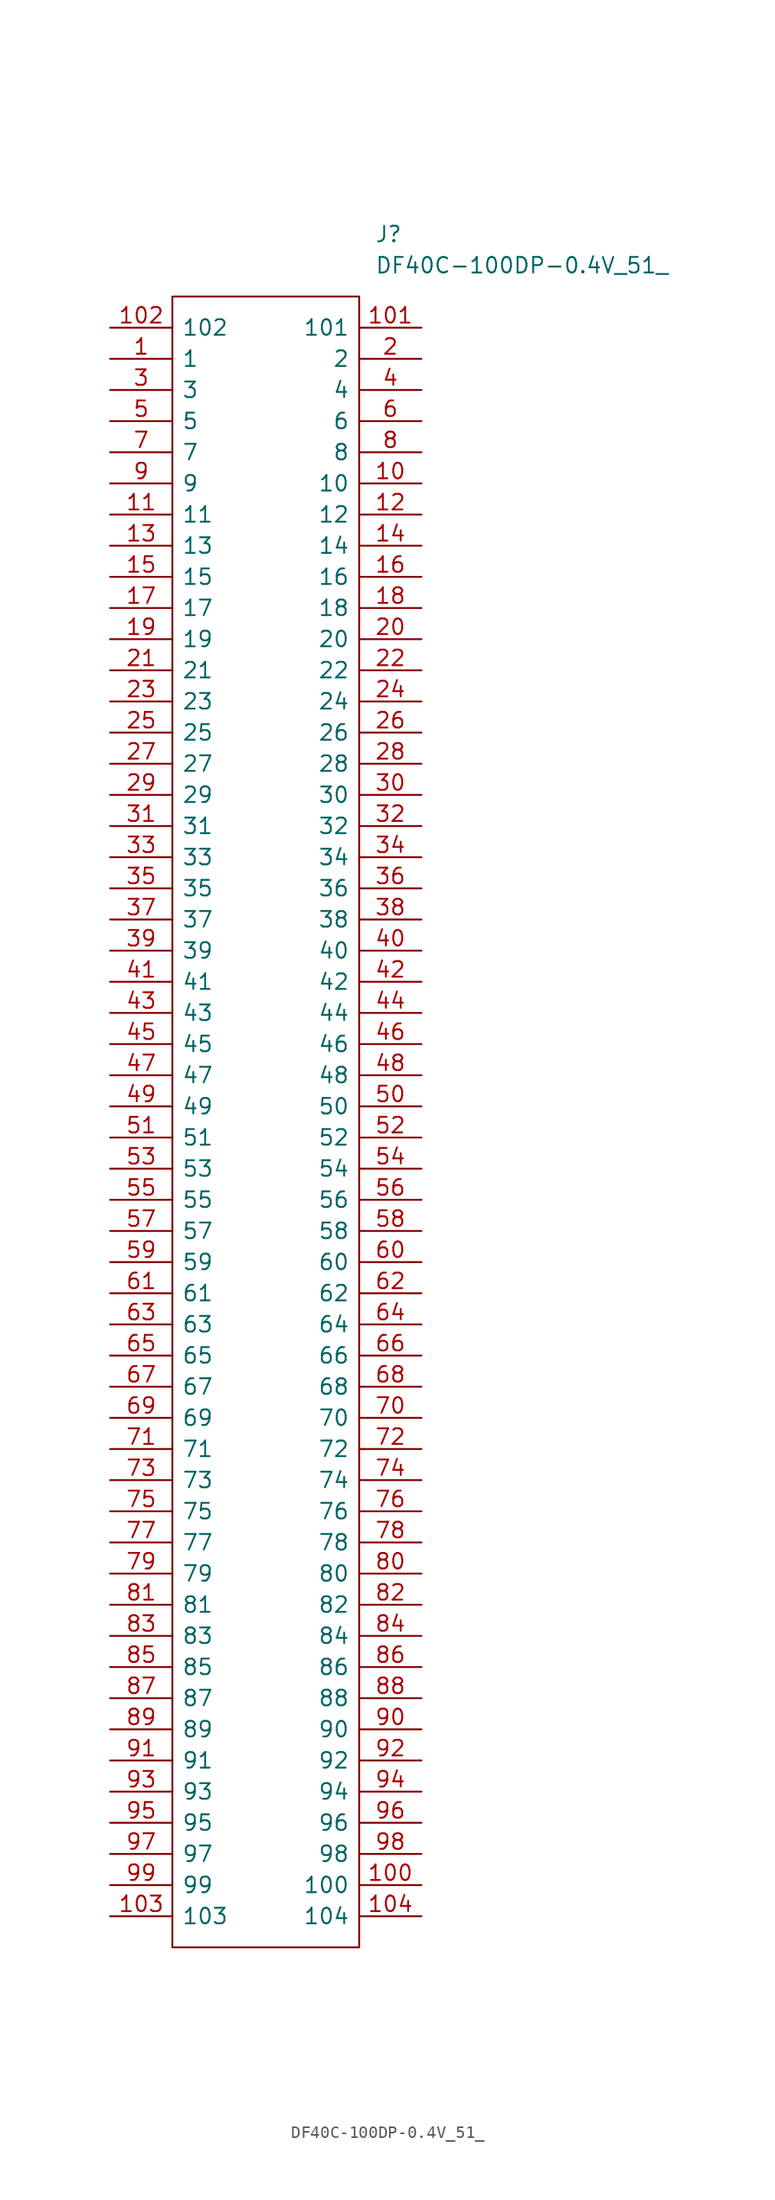
<source format=kicad_sym>
(kicad_symbol_lib
  (version 20211014)
  (generator kicad_symbol_editor)
  (symbol "DF40C-100DP-0.4V_51_"
    (pin_names
      (offset 0.762))
    (property "Reference" "J"
      (at 21.59 7.62 0)
      (effects (font (size 1.27 1.27)) (justify left)))
    (property "Value" "DF40C-100DP-0.4V_51_"
      (at 21.59 5.08 0)
      (effects (font (size 1.27 1.27)) (justify left)))
    (symbol "DF40C-100DP-0.4V_51__0_0"
      (pin passive line (at 0 -2.54 0) (length 5.08) (name "1" (effects (font (size 1.27 1.27)))) (number "1" (effects (font (size 1.27 1.27)))))
      (pin passive line (at 25.4 -12.7 180) (length 5.08) (name "10" (effects (font (size 1.27 1.27)))) (number "10" (effects (font (size 1.27 1.27)))))
      (pin passive line (at 25.4 -127 180) (length 5.08) (name "100" (effects (font (size 1.27 1.27)))) (number "100" (effects (font (size 1.27 1.27)))))
      (pin passive line (at 25.4 0 180) (length 5.08) (name "101" (effects (font (size 1.27 1.27)))) (number "101" (effects (font (size 1.27 1.27)))))
      (pin passive line (at 0 0 0) (length 5.08) (name "102" (effects (font (size 1.27 1.27)))) (number "102" (effects (font (size 1.27 1.27)))))
      (pin passive line (at 0 -129.54 0) (length 5.08) (name "103" (effects (font (size 1.27 1.27)))) (number "103" (effects (font (size 1.27 1.27)))))
      (pin passive line (at 25.4 -129.54 180) (length 5.08) (name "104" (effects (font (size 1.27 1.27)))) (number "104" (effects (font (size 1.27 1.27)))))
      (pin passive line (at 0 -15.24 0) (length 5.08) (name "11" (effects (font (size 1.27 1.27)))) (number "11" (effects (font (size 1.27 1.27)))))
      (pin passive line (at 25.4 -15.24 180) (length 5.08) (name "12" (effects (font (size 1.27 1.27)))) (number "12" (effects (font (size 1.27 1.27)))))
      (pin passive line (at 0 -17.78 0) (length 5.08) (name "13" (effects (font (size 1.27 1.27)))) (number "13" (effects (font (size 1.27 1.27)))))
      (pin passive line (at 25.4 -17.78 180) (length 5.08) (name "14" (effects (font (size 1.27 1.27)))) (number "14" (effects (font (size 1.27 1.27)))))
      (pin passive line (at 0 -20.32 0) (length 5.08) (name "15" (effects (font (size 1.27 1.27)))) (number "15" (effects (font (size 1.27 1.27)))))
      (pin passive line (at 25.4 -20.32 180) (length 5.08) (name "16" (effects (font (size 1.27 1.27)))) (number "16" (effects (font (size 1.27 1.27)))))
      (pin passive line (at 0 -22.86 0) (length 5.08) (name "17" (effects (font (size 1.27 1.27)))) (number "17" (effects (font (size 1.27 1.27)))))
      (pin passive line (at 25.4 -22.86 180) (length 5.08) (name "18" (effects (font (size 1.27 1.27)))) (number "18" (effects (font (size 1.27 1.27)))))
      (pin passive line (at 0 -25.4 0) (length 5.08) (name "19" (effects (font (size 1.27 1.27)))) (number "19" (effects (font (size 1.27 1.27)))))
      (pin passive line (at 25.4 -2.54 180) (length 5.08) (name "2" (effects (font (size 1.27 1.27)))) (number "2" (effects (font (size 1.27 1.27)))))
      (pin passive line (at 25.4 -25.4 180) (length 5.08) (name "20" (effects (font (size 1.27 1.27)))) (number "20" (effects (font (size 1.27 1.27)))))
      (pin passive line (at 0 -27.94 0) (length 5.08) (name "21" (effects (font (size 1.27 1.27)))) (number "21" (effects (font (size 1.27 1.27)))))
      (pin passive line (at 25.4 -27.94 180) (length 5.08) (name "22" (effects (font (size 1.27 1.27)))) (number "22" (effects (font (size 1.27 1.27)))))
      (pin passive line (at 0 -30.48 0) (length 5.08) (name "23" (effects (font (size 1.27 1.27)))) (number "23" (effects (font (size 1.27 1.27)))))
      (pin passive line (at 25.4 -30.48 180) (length 5.08) (name "24" (effects (font (size 1.27 1.27)))) (number "24" (effects (font (size 1.27 1.27)))))
      (pin passive line (at 0 -33.02 0) (length 5.08) (name "25" (effects (font (size 1.27 1.27)))) (number "25" (effects (font (size 1.27 1.27)))))
      (pin passive line (at 25.4 -33.02 180) (length 5.08) (name "26" (effects (font (size 1.27 1.27)))) (number "26" (effects (font (size 1.27 1.27)))))
      (pin passive line (at 0 -35.56 0) (length 5.08) (name "27" (effects (font (size 1.27 1.27)))) (number "27" (effects (font (size 1.27 1.27)))))
      (pin passive line (at 25.4 -35.56 180) (length 5.08) (name "28" (effects (font (size 1.27 1.27)))) (number "28" (effects (font (size 1.27 1.27)))))
      (pin passive line (at 0 -38.1 0) (length 5.08) (name "29" (effects (font (size 1.27 1.27)))) (number "29" (effects (font (size 1.27 1.27)))))
      (pin passive line (at 0 -5.08 0) (length 5.08) (name "3" (effects (font (size 1.27 1.27)))) (number "3" (effects (font (size 1.27 1.27)))))
      (pin passive line (at 25.4 -38.1 180) (length 5.08) (name "30" (effects (font (size 1.27 1.27)))) (number "30" (effects (font (size 1.27 1.27)))))
      (pin passive line (at 0 -40.64 0) (length 5.08) (name "31" (effects (font (size 1.27 1.27)))) (number "31" (effects (font (size 1.27 1.27)))))
      (pin passive line (at 25.4 -40.64 180) (length 5.08) (name "32" (effects (font (size 1.27 1.27)))) (number "32" (effects (font (size 1.27 1.27)))))
      (pin passive line (at 0 -43.18 0) (length 5.08) (name "33" (effects (font (size 1.27 1.27)))) (number "33" (effects (font (size 1.27 1.27)))))
      (pin passive line (at 25.4 -43.18 180) (length 5.08) (name "34" (effects (font (size 1.27 1.27)))) (number "34" (effects (font (size 1.27 1.27)))))
      (pin passive line (at 0 -45.72 0) (length 5.08) (name "35" (effects (font (size 1.27 1.27)))) (number "35" (effects (font (size 1.27 1.27)))))
      (pin passive line (at 25.4 -45.72 180) (length 5.08) (name "36" (effects (font (size 1.27 1.27)))) (number "36" (effects (font (size 1.27 1.27)))))
      (pin passive line (at 0 -48.26 0) (length 5.08) (name "37" (effects (font (size 1.27 1.27)))) (number "37" (effects (font (size 1.27 1.27)))))
      (pin passive line (at 25.4 -48.26 180) (length 5.08) (name "38" (effects (font (size 1.27 1.27)))) (number "38" (effects (font (size 1.27 1.27)))))
      (pin passive line (at 0 -50.8 0) (length 5.08) (name "39" (effects (font (size 1.27 1.27)))) (number "39" (effects (font (size 1.27 1.27)))))
      (pin passive line (at 25.4 -5.08 180) (length 5.08) (name "4" (effects (font (size 1.27 1.27)))) (number "4" (effects (font (size 1.27 1.27)))))
      (pin passive line (at 25.4 -50.8 180) (length 5.08) (name "40" (effects (font (size 1.27 1.27)))) (number "40" (effects (font (size 1.27 1.27)))))
      (pin passive line (at 0 -53.34 0) (length 5.08) (name "41" (effects (font (size 1.27 1.27)))) (number "41" (effects (font (size 1.27 1.27)))))
      (pin passive line (at 25.4 -53.34 180) (length 5.08) (name "42" (effects (font (size 1.27 1.27)))) (number "42" (effects (font (size 1.27 1.27)))))
      (pin passive line (at 0 -55.88 0) (length 5.08) (name "43" (effects (font (size 1.27 1.27)))) (number "43" (effects (font (size 1.27 1.27)))))
      (pin passive line (at 25.4 -55.88 180) (length 5.08) (name "44" (effects (font (size 1.27 1.27)))) (number "44" (effects (font (size 1.27 1.27)))))
      (pin passive line (at 0 -58.42 0) (length 5.08) (name "45" (effects (font (size 1.27 1.27)))) (number "45" (effects (font (size 1.27 1.27)))))
      (pin passive line (at 25.4 -58.42 180) (length 5.08) (name "46" (effects (font (size 1.27 1.27)))) (number "46" (effects (font (size 1.27 1.27)))))
      (pin passive line (at 0 -60.96 0) (length 5.08) (name "47" (effects (font (size 1.27 1.27)))) (number "47" (effects (font (size 1.27 1.27)))))
      (pin passive line (at 25.4 -60.96 180) (length 5.08) (name "48" (effects (font (size 1.27 1.27)))) (number "48" (effects (font (size 1.27 1.27)))))
      (pin passive line (at 0 -63.5 0) (length 5.08) (name "49" (effects (font (size 1.27 1.27)))) (number "49" (effects (font (size 1.27 1.27)))))
      (pin passive line (at 0 -7.62 0) (length 5.08) (name "5" (effects (font (size 1.27 1.27)))) (number "5" (effects (font (size 1.27 1.27)))))
      (pin passive line (at 25.4 -63.5 180) (length 5.08) (name "50" (effects (font (size 1.27 1.27)))) (number "50" (effects (font (size 1.27 1.27)))))
      (pin passive line (at 0 -66.04 0) (length 5.08) (name "51" (effects (font (size 1.27 1.27)))) (number "51" (effects (font (size 1.27 1.27)))))
      (pin passive line (at 25.4 -66.04 180) (length 5.08) (name "52" (effects (font (size 1.27 1.27)))) (number "52" (effects (font (size 1.27 1.27)))))
      (pin passive line (at 0 -68.58 0) (length 5.08) (name "53" (effects (font (size 1.27 1.27)))) (number "53" (effects (font (size 1.27 1.27)))))
      (pin passive line (at 25.4 -68.58 180) (length 5.08) (name "54" (effects (font (size 1.27 1.27)))) (number "54" (effects (font (size 1.27 1.27)))))
      (pin passive line (at 0 -71.12 0) (length 5.08) (name "55" (effects (font (size 1.27 1.27)))) (number "55" (effects (font (size 1.27 1.27)))))
      (pin passive line (at 25.4 -71.12 180) (length 5.08) (name "56" (effects (font (size 1.27 1.27)))) (number "56" (effects (font (size 1.27 1.27)))))
      (pin passive line (at 0 -73.66 0) (length 5.08) (name "57" (effects (font (size 1.27 1.27)))) (number "57" (effects (font (size 1.27 1.27)))))
      (pin passive line (at 25.4 -73.66 180) (length 5.08) (name "58" (effects (font (size 1.27 1.27)))) (number "58" (effects (font (size 1.27 1.27)))))
      (pin passive line (at 0 -76.2 0) (length 5.08) (name "59" (effects (font (size 1.27 1.27)))) (number "59" (effects (font (size 1.27 1.27)))))
      (pin passive line (at 25.4 -7.62 180) (length 5.08) (name "6" (effects (font (size 1.27 1.27)))) (number "6" (effects (font (size 1.27 1.27)))))
      (pin passive line (at 25.4 -76.2 180) (length 5.08) (name "60" (effects (font (size 1.27 1.27)))) (number "60" (effects (font (size 1.27 1.27)))))
      (pin passive line (at 0 -78.74 0) (length 5.08) (name "61" (effects (font (size 1.27 1.27)))) (number "61" (effects (font (size 1.27 1.27)))))
      (pin passive line (at 25.4 -78.74 180) (length 5.08) (name "62" (effects (font (size 1.27 1.27)))) (number "62" (effects (font (size 1.27 1.27)))))
      (pin passive line (at 0 -81.28 0) (length 5.08) (name "63" (effects (font (size 1.27 1.27)))) (number "63" (effects (font (size 1.27 1.27)))))
      (pin passive line (at 25.4 -81.28 180) (length 5.08) (name "64" (effects (font (size 1.27 1.27)))) (number "64" (effects (font (size 1.27 1.27)))))
      (pin passive line (at 0 -83.82 0) (length 5.08) (name "65" (effects (font (size 1.27 1.27)))) (number "65" (effects (font (size 1.27 1.27)))))
      (pin passive line (at 25.4 -83.82 180) (length 5.08) (name "66" (effects (font (size 1.27 1.27)))) (number "66" (effects (font (size 1.27 1.27)))))
      (pin passive line (at 0 -86.36 0) (length 5.08) (name "67" (effects (font (size 1.27 1.27)))) (number "67" (effects (font (size 1.27 1.27)))))
      (pin passive line (at 25.4 -86.36 180) (length 5.08) (name "68" (effects (font (size 1.27 1.27)))) (number "68" (effects (font (size 1.27 1.27)))))
      (pin passive line (at 0 -88.9 0) (length 5.08) (name "69" (effects (font (size 1.27 1.27)))) (number "69" (effects (font (size 1.27 1.27)))))
      (pin passive line (at 0 -10.16 0) (length 5.08) (name "7" (effects (font (size 1.27 1.27)))) (number "7" (effects (font (size 1.27 1.27)))))
      (pin passive line (at 25.4 -88.9 180) (length 5.08) (name "70" (effects (font (size 1.27 1.27)))) (number "70" (effects (font (size 1.27 1.27)))))
      (pin passive line (at 0 -91.44 0) (length 5.08) (name "71" (effects (font (size 1.27 1.27)))) (number "71" (effects (font (size 1.27 1.27)))))
      (pin passive line (at 25.4 -91.44 180) (length 5.08) (name "72" (effects (font (size 1.27 1.27)))) (number "72" (effects (font (size 1.27 1.27)))))
      (pin passive line (at 0 -93.98 0) (length 5.08) (name "73" (effects (font (size 1.27 1.27)))) (number "73" (effects (font (size 1.27 1.27)))))
      (pin passive line (at 25.4 -93.98 180) (length 5.08) (name "74" (effects (font (size 1.27 1.27)))) (number "74" (effects (font (size 1.27 1.27)))))
      (pin passive line (at 0 -96.52 0) (length 5.08) (name "75" (effects (font (size 1.27 1.27)))) (number "75" (effects (font (size 1.27 1.27)))))
      (pin passive line (at 25.4 -96.52 180) (length 5.08) (name "76" (effects (font (size 1.27 1.27)))) (number "76" (effects (font (size 1.27 1.27)))))
      (pin passive line (at 0 -99.06 0) (length 5.08) (name "77" (effects (font (size 1.27 1.27)))) (number "77" (effects (font (size 1.27 1.27)))))
      (pin passive line (at 25.4 -99.06 180) (length 5.08) (name "78" (effects (font (size 1.27 1.27)))) (number "78" (effects (font (size 1.27 1.27)))))
      (pin passive line (at 0 -101.6 0) (length 5.08) (name "79" (effects (font (size 1.27 1.27)))) (number "79" (effects (font (size 1.27 1.27)))))
      (pin passive line (at 25.4 -10.16 180) (length 5.08) (name "8" (effects (font (size 1.27 1.27)))) (number "8" (effects (font (size 1.27 1.27)))))
      (pin passive line (at 25.4 -101.6 180) (length 5.08) (name "80" (effects (font (size 1.27 1.27)))) (number "80" (effects (font (size 1.27 1.27)))))
      (pin passive line (at 0 -104.14 0) (length 5.08) (name "81" (effects (font (size 1.27 1.27)))) (number "81" (effects (font (size 1.27 1.27)))))
      (pin passive line (at 25.4 -104.14 180) (length 5.08) (name "82" (effects (font (size 1.27 1.27)))) (number "82" (effects (font (size 1.27 1.27)))))
      (pin passive line (at 0 -106.68 0) (length 5.08) (name "83" (effects (font (size 1.27 1.27)))) (number "83" (effects (font (size 1.27 1.27)))))
      (pin passive line (at 25.4 -106.68 180) (length 5.08) (name "84" (effects (font (size 1.27 1.27)))) (number "84" (effects (font (size 1.27 1.27)))))
      (pin passive line (at 0 -109.22 0) (length 5.08) (name "85" (effects (font (size 1.27 1.27)))) (number "85" (effects (font (size 1.27 1.27)))))
      (pin passive line (at 25.4 -109.22 180) (length 5.08) (name "86" (effects (font (size 1.27 1.27)))) (number "86" (effects (font (size 1.27 1.27)))))
      (pin passive line (at 0 -111.76 0) (length 5.08) (name "87" (effects (font (size 1.27 1.27)))) (number "87" (effects (font (size 1.27 1.27)))))
      (pin passive line (at 25.4 -111.76 180) (length 5.08) (name "88" (effects (font (size 1.27 1.27)))) (number "88" (effects (font (size 1.27 1.27)))))
      (pin passive line (at 0 -114.3 0) (length 5.08) (name "89" (effects (font (size 1.27 1.27)))) (number "89" (effects (font (size 1.27 1.27)))))
      (pin passive line (at 0 -12.7 0) (length 5.08) (name "9" (effects (font (size 1.27 1.27)))) (number "9" (effects (font (size 1.27 1.27)))))
      (pin passive line (at 25.4 -114.3 180) (length 5.08) (name "90" (effects (font (size 1.27 1.27)))) (number "90" (effects (font (size 1.27 1.27)))))
      (pin passive line (at 0 -116.84 0) (length 5.08) (name "91" (effects (font (size 1.27 1.27)))) (number "91" (effects (font (size 1.27 1.27)))))
      (pin passive line (at 25.4 -116.84 180) (length 5.08) (name "92" (effects (font (size 1.27 1.27)))) (number "92" (effects (font (size 1.27 1.27)))))
      (pin passive line (at 0 -119.38 0) (length 5.08) (name "93" (effects (font (size 1.27 1.27)))) (number "93" (effects (font (size 1.27 1.27)))))
      (pin passive line (at 25.4 -119.38 180) (length 5.08) (name "94" (effects (font (size 1.27 1.27)))) (number "94" (effects (font (size 1.27 1.27)))))
      (pin passive line (at 0 -121.92 0) (length 5.08) (name "95" (effects (font (size 1.27 1.27)))) (number "95" (effects (font (size 1.27 1.27)))))
      (pin passive line (at 25.4 -121.92 180) (length 5.08) (name "96" (effects (font (size 1.27 1.27)))) (number "96" (effects (font (size 1.27 1.27)))))
      (pin passive line (at 0 -124.46 0) (length 5.08) (name "97" (effects (font (size 1.27 1.27)))) (number "97" (effects (font (size 1.27 1.27)))))
      (pin passive line (at 25.4 -124.46 180) (length 5.08) (name "98" (effects (font (size 1.27 1.27)))) (number "98" (effects (font (size 1.27 1.27)))))
      (pin passive line (at 0 -127 0) (length 5.08) (name "99" (effects (font (size 1.27 1.27)))) (number "99" (effects (font (size 1.27 1.27))))))
    (symbol "DF40C-100DP-0.4V_51__0_1"
      (polyline (pts (xy 5.08 2.54) (xy 20.32 2.54) (xy 20.32 -132.08) (xy 5.08 -132.08) (xy 5.08 2.54)) (stroke (width 0.152) (type default) (color 0 0 0 0)) (fill (type none))))))
</source>
